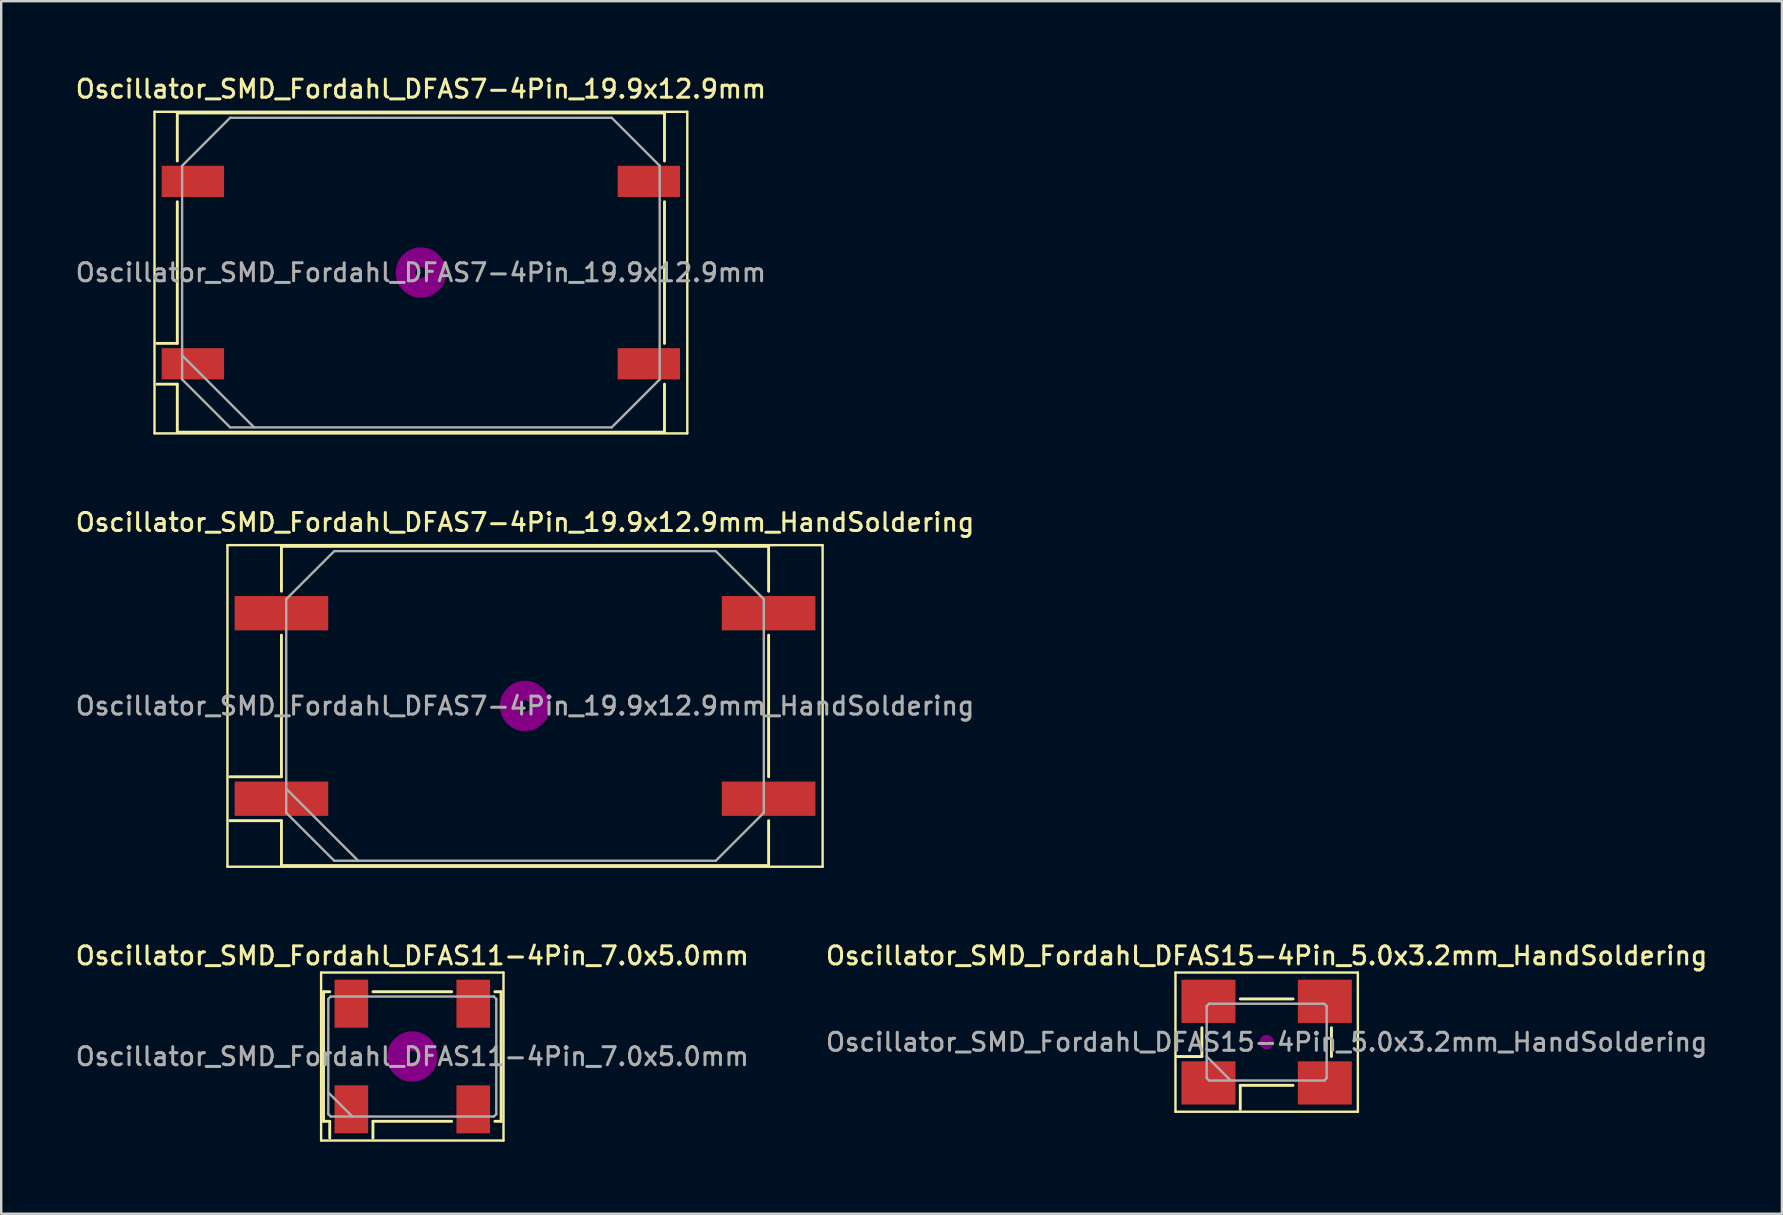
<source format=kicad_pcb>
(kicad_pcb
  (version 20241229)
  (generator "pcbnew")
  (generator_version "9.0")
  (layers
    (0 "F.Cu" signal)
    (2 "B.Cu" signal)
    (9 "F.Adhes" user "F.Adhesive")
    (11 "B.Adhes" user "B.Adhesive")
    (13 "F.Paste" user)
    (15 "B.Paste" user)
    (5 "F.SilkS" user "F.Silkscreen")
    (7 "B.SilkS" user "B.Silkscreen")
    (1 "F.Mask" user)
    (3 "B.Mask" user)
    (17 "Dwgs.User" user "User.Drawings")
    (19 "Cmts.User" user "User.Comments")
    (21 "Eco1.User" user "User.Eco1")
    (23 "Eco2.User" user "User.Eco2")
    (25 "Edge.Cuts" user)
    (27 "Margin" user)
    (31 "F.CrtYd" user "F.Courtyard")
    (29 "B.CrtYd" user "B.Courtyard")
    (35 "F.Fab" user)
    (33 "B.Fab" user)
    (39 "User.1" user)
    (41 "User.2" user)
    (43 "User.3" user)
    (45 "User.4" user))
  (footprint "Oscillator_SMD_Fordahl_DFAS7-4Pin_19.9x12.9mm"
    (layer "F.Cu")
    (at 14.488 8.308)
    (property "Reference" "Oscillator_SMD_Fordahl_DFAS7-4Pin_19.9x12.9mm" (at 0 -7.65 0) (layer "F.SilkS") (effects (font (size 0.75 0.75) (thickness 0.125))))
    (attr smd)
    (fp_line (start -11.1 -6.7) (end -11.1 6.7) (stroke (width 0.1) (type solid)) (layer "F.SilkS"))
    (fp_line (start -11.1 6.7) (end 11.1 6.7) (stroke (width 0.1) (type solid)) (layer "F.SilkS"))
    (fp_line (start -11 2.95) (end -10.15 2.95) (stroke (width 0.12) (type solid)) (layer "F.SilkS"))
    (fp_line (start -11 4.65) (end -10.15 4.65) (stroke (width 0.12) (type solid)) (layer "F.SilkS"))
    (fp_line (start -10.15 -6.65) (end 10.15 -6.65) (stroke (width 0.12) (type solid)) (layer "F.SilkS"))
    (fp_line (start -10.15 -4.65) (end -10.15 -6.65) (stroke (width 0.12) (type solid)) (layer "F.SilkS"))
    (fp_line (start -10.15 2.95) (end -10.15 -2.95) (stroke (width 0.12) (type solid)) (layer "F.SilkS"))
    (fp_line (start -10.15 4.65) (end -10.15 6.65) (stroke (width 0.12) (type solid)) (layer "F.SilkS"))
    (fp_line (start -10.15 6.65) (end 10.15 6.65) (stroke (width 0.12) (type solid)) (layer "F.SilkS"))
    (fp_line (start 10.15 -6.65) (end 10.15 -4.65) (stroke (width 0.12) (type solid)) (layer "F.SilkS"))
    (fp_line (start 10.15 -2.95) (end 10.15 2.95) (stroke (width 0.12) (type solid)) (layer "F.SilkS"))
    (fp_line (start 10.15 6.65) (end 10.15 4.65) (stroke (width 0.12) (type solid)) (layer "F.SilkS"))
    (fp_line (start 11.1 -6.7) (end -11.1 -6.7) (stroke (width 0.1) (type solid)) (layer "F.SilkS"))
    (fp_line (start 11.1 6.7) (end 11.1 -6.7) (stroke (width 0.1) (type solid)) (layer "F.SilkS"))
    (fp_circle (center 0 0) (end 0.233 0) (stroke (width 0.467) (type solid)) (fill no) (layer "F.Adhes"))
    (fp_circle (center 0 0) (end 0.533 0) (stroke (width 0.333) (type solid)) (fill no) (layer "F.Adhes"))
    (fp_circle (center 0 0) (end 0.833 0) (stroke (width 0.333) (type solid)) (fill no) (layer "F.Adhes"))
    (fp_circle (center 0 0) (end 1 0) (stroke (width 0.1) (type solid)) (fill no) (layer "F.Adhes"))
    (fp_line (start -9.95 -4.45) (end -7.95 -6.45) (stroke (width 0.1) (type solid)) (layer "F.Fab"))
    (fp_line (start -9.95 3.45) (end -6.95 6.45) (stroke (width 0.1) (type solid)) (layer "F.Fab"))
    (fp_line (start -9.95 4.45) (end -9.95 -4.45) (stroke (width 0.1) (type solid)) (layer "F.Fab"))
    (fp_line (start -7.95 -6.45) (end 7.95 -6.45) (stroke (width 0.1) (type solid)) (layer "F.Fab"))
    (fp_line (start -7.95 6.45) (end -9.95 4.45) (stroke (width 0.1) (type solid)) (layer "F.Fab"))
    (fp_line (start 7.95 -6.45) (end 9.95 -4.45) (stroke (width 0.1) (type solid)) (layer "F.Fab"))
    (fp_line (start 7.95 6.45) (end -7.95 6.45) (stroke (width 0.1) (type solid)) (layer "F.Fab"))
    (fp_line (start 9.95 -4.45) (end 9.95 4.45) (stroke (width 0.1) (type solid)) (layer "F.Fab"))
    (fp_line (start 9.95 4.45) (end 7.95 6.45) (stroke (width 0.1) (type solid)) (layer "F.Fab"))
    (fp_text user "${REFERENCE}" (at 0 0 0) (layer "F.Fab") (effects (font (size 0.75 0.75) (thickness 0.125))))
    (pad "1" smd rect (at -9.5 3.8) (size 2.6 1.3) (layers "F.Cu" "F.Mask" "F.Paste"))
    (pad "2" smd rect (at 9.5 3.8) (size 2.6 1.3) (layers "F.Cu" "F.Mask" "F.Paste"))
    (pad "3" smd rect (at 9.5 -3.8) (size 2.6 1.3) (layers "F.Cu" "F.Mask" "F.Paste"))
    (pad "4" smd rect (at -9.5 -3.8) (size 2.6 1.3) (layers "F.Cu" "F.Mask" "F.Paste")))
  (footprint "Oscillator_SMD_Fordahl_DFAS15-4Pin_5.0x3.2mm_HandSoldering"
    (layer "F.Cu")
    (at 49.73 40.374)
    (property "Reference" "Oscillator_SMD_Fordahl_DFAS15-4Pin_5.0x3.2mm_HandSoldering" (at 0 -3.6 0) (layer "F.SilkS") (effects (font (size 0.75 0.75) (thickness 0.125))))
    (attr smd)
    (fp_line (start -3.8 -2.9) (end -3.8 2.9) (stroke (width 0.1) (type solid)) (layer "F.SilkS"))
    (fp_line (start -3.8 2.9) (end 3.8 2.9) (stroke (width 0.1) (type solid)) (layer "F.SilkS"))
    (fp_line (start -3.75 0.6) (end -2.7 0.6) (stroke (width 0.12) (type solid)) (layer "F.SilkS"))
    (fp_line (start -2.7 0.6) (end -2.7 -0.6) (stroke (width 0.12) (type solid)) (layer "F.SilkS"))
    (fp_line (start -1.1 -1.8) (end 1.1 -1.8) (stroke (width 0.12) (type solid)) (layer "F.SilkS"))
    (fp_line (start -1.1 1.8) (end -1.1 2.8) (stroke (width 0.12) (type solid)) (layer "F.SilkS"))
    (fp_line (start 1.1 1.8) (end -1.1 1.8) (stroke (width 0.12) (type solid)) (layer "F.SilkS"))
    (fp_line (start 2.7 -0.6) (end 2.7 0.6) (stroke (width 0.12) (type solid)) (layer "F.SilkS"))
    (fp_line (start 3.8 -2.9) (end -3.8 -2.9) (stroke (width 0.1) (type solid)) (layer "F.SilkS"))
    (fp_line (start 3.8 2.9) (end 3.8 -2.9) (stroke (width 0.1) (type solid)) (layer "F.SilkS"))
    (fp_circle (center 0 0) (end 0.058 0) (stroke (width 0.117) (type solid)) (fill no) (layer "F.Adhes"))
    (fp_circle (center 0 0) (end 0.133 0) (stroke (width 0.083) (type solid)) (fill no) (layer "F.Adhes"))
    (fp_circle (center 0 0) (end 0.208 0) (stroke (width 0.083) (type solid)) (fill no) (layer "F.Adhes"))
    (fp_circle (center 0 0) (end 0.25 0) (stroke (width 0.1) (type solid)) (fill no) (layer "F.Adhes"))
    (fp_line (start -2.5 -1.5) (end -2.4 -1.6) (stroke (width 0.1) (type solid)) (layer "F.Fab"))
    (fp_line (start -2.5 0.6) (end -1.5 1.6) (stroke (width 0.1) (type solid)) (layer "F.Fab"))
    (fp_line (start -2.5 1.5) (end -2.5 -1.5) (stroke (width 0.1) (type solid)) (layer "F.Fab"))
    (fp_line (start -2.4 -1.6) (end 2.4 -1.6) (stroke (width 0.1) (type solid)) (layer "F.Fab"))
    (fp_line (start -2.4 1.6) (end -2.5 1.5) (stroke (width 0.1) (type solid)) (layer "F.Fab"))
    (fp_line (start 2.4 -1.6) (end 2.5 -1.5) (stroke (width 0.1) (type solid)) (layer "F.Fab"))
    (fp_line (start 2.4 1.6) (end -2.4 1.6) (stroke (width 0.1) (type solid)) (layer "F.Fab"))
    (fp_line (start 2.5 -1.5) (end 2.5 1.5) (stroke (width 0.1) (type solid)) (layer "F.Fab"))
    (fp_line (start 2.5 1.5) (end 2.4 1.6) (stroke (width 0.1) (type solid)) (layer "F.Fab"))
    (fp_text user "${REFERENCE}" (at 0 0 0) (layer "F.Fab") (effects (font (size 0.75 0.75) (thickness 0.125))))
    (pad "1" smd rect (at -2.425 1.7) (size 2.25 1.8) (layers "F.Cu" "F.Mask" "F.Paste"))
    (pad "2" smd rect (at 2.425 1.7) (size 2.25 1.8) (layers "F.Cu" "F.Mask" "F.Paste"))
    (pad "3" smd rect (at 2.425 -1.7) (size 2.25 1.8) (layers "F.Cu" "F.Mask" "F.Paste"))
    (pad "4" smd rect (at -2.425 -1.7) (size 2.25 1.8) (layers "F.Cu" "F.Mask" "F.Paste")))
  (footprint "Oscillator_SMD_Fordahl_DFAS11-4Pin_7.0x5.0mm"
    (layer "F.Cu")
    (at 14.13 40.974)
    (property "Reference" "Oscillator_SMD_Fordahl_DFAS11-4Pin_7.0x5.0mm" (at 0 -4.2 0) (layer "F.SilkS") (effects (font (size 0.75 0.75) (thickness 0.125))))
    (attr smd)
    (fp_line (start -3.8 -3.5) (end -3.8 3.5) (stroke (width 0.1) (type solid)) (layer "F.SilkS"))
    (fp_line (start -3.8 3.5) (end 3.8 3.5) (stroke (width 0.1) (type solid)) (layer "F.SilkS"))
    (fp_line (start -3.7 -2.7) (end -3.44 -2.7) (stroke (width 0.12) (type solid)) (layer "F.SilkS"))
    (fp_line (start -3.7 2.7) (end -3.7 -2.7) (stroke (width 0.12) (type solid)) (layer "F.SilkS"))
    (fp_line (start -3.44 2.7) (end -3.7 2.7) (stroke (width 0.12) (type solid)) (layer "F.SilkS"))
    (fp_line (start -3.44 3.4) (end -3.44 2.7) (stroke (width 0.12) (type solid)) (layer "F.SilkS"))
    (fp_line (start -1.64 -2.7) (end 1.64 -2.7) (stroke (width 0.12) (type solid)) (layer "F.SilkS"))
    (fp_line (start -1.64 2.7) (end -1.64 3.4) (stroke (width 0.12) (type solid)) (layer "F.SilkS"))
    (fp_line (start 1.64 2.7) (end -1.64 2.7) (stroke (width 0.12) (type solid)) (layer "F.SilkS"))
    (fp_line (start 3.44 -2.7) (end 3.7 -2.7) (stroke (width 0.12) (type solid)) (layer "F.SilkS"))
    (fp_line (start 3.7 -2.7) (end 3.7 2.7) (stroke (width 0.12) (type solid)) (layer "F.SilkS"))
    (fp_line (start 3.7 2.7) (end 3.44 2.7) (stroke (width 0.12) (type solid)) (layer "F.SilkS"))
    (fp_line (start 3.8 -3.5) (end -3.8 -3.5) (stroke (width 0.1) (type solid)) (layer "F.SilkS"))
    (fp_line (start 3.8 3.5) (end 3.8 -3.5) (stroke (width 0.1) (type solid)) (layer "F.SilkS"))
    (fp_circle (center 0 0) (end 0.233 0) (stroke (width 0.467) (type solid)) (fill no) (layer "F.Adhes"))
    (fp_circle (center 0 0) (end 0.533 0) (stroke (width 0.333) (type solid)) (fill no) (layer "F.Adhes"))
    (fp_circle (center 0 0) (end 0.833 0) (stroke (width 0.333) (type solid)) (fill no) (layer "F.Adhes"))
    (fp_circle (center 0 0) (end 1 0) (stroke (width 0.1) (type solid)) (fill no) (layer "F.Adhes"))
    (fp_line (start -3.5 -2.4) (end -3.4 -2.5) (stroke (width 0.1) (type solid)) (layer "F.Fab"))
    (fp_line (start -3.5 1.5) (end -2.5 2.5) (stroke (width 0.1) (type solid)) (layer "F.Fab"))
    (fp_line (start -3.5 2.4) (end -3.5 -2.4) (stroke (width 0.1) (type solid)) (layer "F.Fab"))
    (fp_line (start -3.4 -2.5) (end 3.4 -2.5) (stroke (width 0.1) (type solid)) (layer "F.Fab"))
    (fp_line (start -3.4 2.5) (end -3.5 2.4) (stroke (width 0.1) (type solid)) (layer "F.Fab"))
    (fp_line (start 3.4 -2.5) (end 3.5 -2.4) (stroke (width 0.1) (type solid)) (layer "F.Fab"))
    (fp_line (start 3.4 2.5) (end -3.4 2.5) (stroke (width 0.1) (type solid)) (layer "F.Fab"))
    (fp_line (start 3.5 -2.4) (end 3.5 2.4) (stroke (width 0.1) (type solid)) (layer "F.Fab"))
    (fp_line (start 3.5 2.4) (end 3.4 2.5) (stroke (width 0.1) (type solid)) (layer "F.Fab"))
    (fp_text user "${REFERENCE}" (at 0 0 0) (layer "F.Fab") (effects (font (size 0.75 0.75) (thickness 0.125))))
    (pad "1" smd rect (at -2.54 2.2) (size 1.4 2) (layers "F.Cu" "F.Mask" "F.Paste"))
    (pad "2" smd rect (at 2.54 2.2) (size 1.4 2) (layers "F.Cu" "F.Mask" "F.Paste"))
    (pad "3" smd rect (at 2.54 -2.2) (size 1.4 2) (layers "F.Cu" "F.Mask" "F.Paste"))
    (pad "4" smd rect (at -2.54 -2.2) (size 1.4 2) (layers "F.Cu" "F.Mask" "F.Paste")))
  (footprint "Oscillator_SMD_Fordahl_DFAS7-4Pin_19.9x12.9mm_HandSoldering"
    (layer "F.Cu")
    (at 18.827 26.366)
    (property "Reference" "Oscillator_SMD_Fordahl_DFAS7-4Pin_19.9x12.9mm_HandSoldering" (at 0 -7.65 0) (layer "F.SilkS") (effects (font (size 0.75 0.75) (thickness 0.125))))
    (attr smd)
    (fp_line (start -12.4 -6.7) (end -12.4 6.7) (stroke (width 0.1) (type solid)) (layer "F.SilkS"))
    (fp_line (start -12.4 6.7) (end 12.4 6.7) (stroke (width 0.1) (type solid)) (layer "F.SilkS"))
    (fp_line (start -12.3 2.95) (end -10.15 2.95) (stroke (width 0.12) (type solid)) (layer "F.SilkS"))
    (fp_line (start -12.3 4.78) (end -10.15 4.78) (stroke (width 0.12) (type solid)) (layer "F.SilkS"))
    (fp_line (start -10.15 -6.65) (end 10.15 -6.65) (stroke (width 0.12) (type solid)) (layer "F.SilkS"))
    (fp_line (start -10.15 -4.78) (end -10.15 -6.65) (stroke (width 0.12) (type solid)) (layer "F.SilkS"))
    (fp_line (start -10.15 2.95) (end -10.15 -2.95) (stroke (width 0.12) (type solid)) (layer "F.SilkS"))
    (fp_line (start -10.15 4.78) (end -10.15 6.65) (stroke (width 0.12) (type solid)) (layer "F.SilkS"))
    (fp_line (start -10.15 6.65) (end 10.15 6.65) (stroke (width 0.12) (type solid)) (layer "F.SilkS"))
    (fp_line (start 10.15 -6.65) (end 10.15 -4.78) (stroke (width 0.12) (type solid)) (layer "F.SilkS"))
    (fp_line (start 10.15 -2.95) (end 10.15 2.95) (stroke (width 0.12) (type solid)) (layer "F.SilkS"))
    (fp_line (start 10.15 6.65) (end 10.15 4.78) (stroke (width 0.12) (type solid)) (layer "F.SilkS"))
    (fp_line (start 12.4 -6.7) (end -12.4 -6.7) (stroke (width 0.1) (type solid)) (layer "F.SilkS"))
    (fp_line (start 12.4 6.7) (end 12.4 -6.7) (stroke (width 0.1) (type solid)) (layer "F.SilkS"))
    (fp_circle (center 0 0) (end 0.233 0) (stroke (width 0.467) (type solid)) (fill no) (layer "F.Adhes"))
    (fp_circle (center 0 0) (end 0.533 0) (stroke (width 0.333) (type solid)) (fill no) (layer "F.Adhes"))
    (fp_circle (center 0 0) (end 0.833 0) (stroke (width 0.333) (type solid)) (fill no) (layer "F.Adhes"))
    (fp_circle (center 0 0) (end 1 0) (stroke (width 0.1) (type solid)) (fill no) (layer "F.Adhes"))
    (fp_line (start -9.95 -4.45) (end -7.95 -6.45) (stroke (width 0.1) (type solid)) (layer "F.Fab"))
    (fp_line (start -9.95 3.45) (end -6.95 6.45) (stroke (width 0.1) (type solid)) (layer "F.Fab"))
    (fp_line (start -9.95 4.45) (end -9.95 -4.45) (stroke (width 0.1) (type solid)) (layer "F.Fab"))
    (fp_line (start -7.95 -6.45) (end 7.95 -6.45) (stroke (width 0.1) (type solid)) (layer "F.Fab"))
    (fp_line (start -7.95 6.45) (end -9.95 4.45) (stroke (width 0.1) (type solid)) (layer "F.Fab"))
    (fp_line (start 7.95 -6.45) (end 9.95 -4.45) (stroke (width 0.1) (type solid)) (layer "F.Fab"))
    (fp_line (start 7.95 6.45) (end -7.95 6.45) (stroke (width 0.1) (type solid)) (layer "F.Fab"))
    (fp_line (start 9.95 -4.45) (end 9.95 4.45) (stroke (width 0.1) (type solid)) (layer "F.Fab"))
    (fp_line (start 9.95 4.45) (end 7.95 6.45) (stroke (width 0.1) (type solid)) (layer "F.Fab"))
    (fp_text user "${REFERENCE}" (at 0 0 0) (layer "F.Fab") (effects (font (size 0.75 0.75) (thickness 0.125))))
    (pad "1" smd rect (at -10.15 3.865) (size 3.9 1.43) (layers "F.Cu" "F.Mask" "F.Paste"))
    (pad "2" smd rect (at 10.15 3.865) (size 3.9 1.43) (layers "F.Cu" "F.Mask" "F.Paste"))
    (pad "3" smd rect (at 10.15 -3.865) (size 3.9 1.43) (layers "F.Cu" "F.Mask" "F.Paste"))
    (pad "4" smd rect (at -10.15 -3.865) (size 3.9 1.43) (layers "F.Cu" "F.Mask" "F.Paste")))
  (gr_rect
    (start -3 -3)
    (end 71.2 47.524)
    (stroke (width 0.1) (type default))
    (fill no)
    (layer "Edge.Cuts")))
</source>
